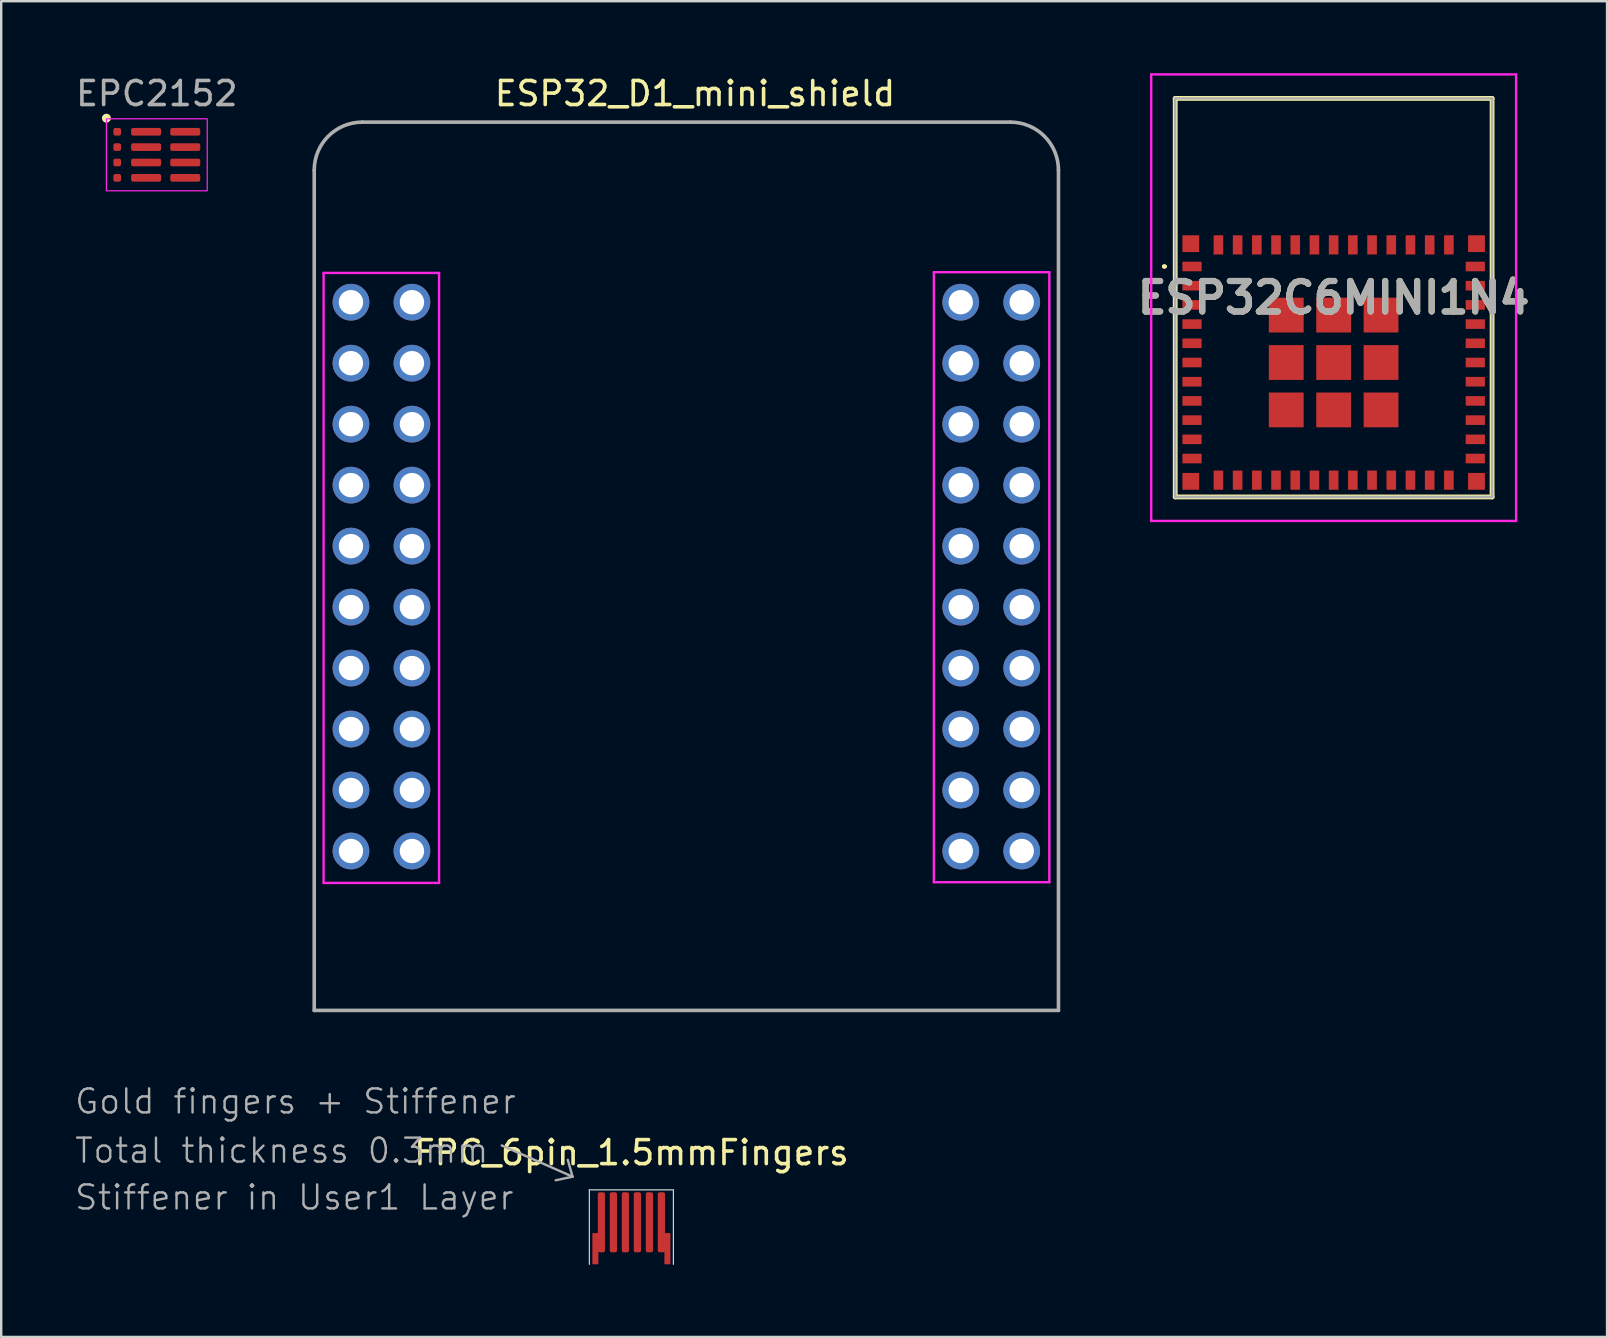
<source format=kicad_pcb>
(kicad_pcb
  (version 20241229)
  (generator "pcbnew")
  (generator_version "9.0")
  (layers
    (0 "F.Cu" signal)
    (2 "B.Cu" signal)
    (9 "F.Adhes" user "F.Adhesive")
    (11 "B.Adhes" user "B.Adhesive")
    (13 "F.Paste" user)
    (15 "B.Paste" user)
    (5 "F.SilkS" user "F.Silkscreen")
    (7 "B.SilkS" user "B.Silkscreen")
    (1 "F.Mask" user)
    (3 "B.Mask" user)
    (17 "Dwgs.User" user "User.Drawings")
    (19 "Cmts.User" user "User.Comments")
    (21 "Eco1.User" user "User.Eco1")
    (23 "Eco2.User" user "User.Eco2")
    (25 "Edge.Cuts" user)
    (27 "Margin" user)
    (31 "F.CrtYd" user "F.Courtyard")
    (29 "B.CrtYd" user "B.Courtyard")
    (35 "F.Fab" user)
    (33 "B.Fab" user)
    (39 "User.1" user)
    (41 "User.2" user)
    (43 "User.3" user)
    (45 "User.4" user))
  (footprint "ESP32_D1_mini_shield"
    (layer "F.Cu")
    (at 25.539 20.538)
    (property "Reference" "ESP32_D1_mini_shield" (at 0.36 -19.69 180) (layer "F.SilkS") (effects (font (size 1 1) (thickness 0.15))))
    (attr through_hole)
    (fp_line (start -15.11 -12.22) (end -15.11 13.19) (stroke (width 0.1) (type solid)) (layer "F.CrtYd"))
    (fp_line (start -15.11 -12.22) (end -10.3 -12.22) (stroke (width 0.1) (type solid)) (layer "F.CrtYd"))
    (fp_line (start -10.3 -12.22) (end -10.3 13.19) (stroke (width 0.1) (type solid)) (layer "F.CrtYd"))
    (fp_line (start -10.3 13.19) (end -15.11 13.19) (stroke (width 0.1) (type solid)) (layer "F.CrtYd"))
    (fp_line (start 10.31 -12.25) (end 10.31 13.16) (stroke (width 0.1) (type solid)) (layer "F.CrtYd"))
    (fp_line (start 10.31 -12.25) (end 15.12 -12.25) (stroke (width 0.1) (type solid)) (layer "F.CrtYd"))
    (fp_line (start 15.12 -12.25) (end 15.12 13.16) (stroke (width 0.1) (type solid)) (layer "F.CrtYd"))
    (fp_line (start 15.12 13.16) (end 10.31 13.16) (stroke (width 0.1) (type solid)) (layer "F.CrtYd"))
    (fp_line (start -15.5 -16.5) (end -15.5 18.5) (stroke (width 0.15) (type solid)) (layer "F.Fab"))
    (fp_line (start 13.5 -18.5) (end -13.5 -18.5) (stroke (width 0.15) (type solid)) (layer "F.Fab"))
    (fp_line (start 15.5 18.5) (end -15.5 18.5) (stroke (width 0.15) (type solid)) (layer "F.Fab"))
    (fp_line (start 15.5 18.5) (end 15.5 -16.5) (stroke (width 0.15) (type solid)) (layer "F.Fab"))
    (fp_arc (start -15.5 -16.5) (mid -14.914214 -17.914214) (end -13.5 -18.5) (stroke (width 0.15) (type solid)) (layer "F.Fab"))
    (fp_arc (start 13.5 -18.5) (mid 14.914214 -17.914214) (end 15.5 -16.5) (stroke (width 0.15) (type solid)) (layer "F.Fab"))
    (pad "1" thru_hole circle (at -11.43 -11 90) (size 1.53 1.53) (drill 1.016) (layers "*.Cu" "*.Mask"))
    (pad "2" thru_hole circle (at -11.43 -8.46 90) (size 1.53 1.53) (drill 1.016) (layers "*.Cu" "*.Mask"))
    (pad "3" thru_hole circle (at -11.43 -5.92 90) (size 1.53 1.53) (drill 1.016) (layers "*.Cu" "*.Mask"))
    (pad "4" thru_hole circle (at -11.43 -3.38 90) (size 1.53 1.53) (drill 1.016) (layers "*.Cu" "*.Mask"))
    (pad "5" thru_hole circle (at -11.43 -0.84 90) (size 1.53 1.53) (drill 1.016) (layers "*.Cu" "*.Mask"))
    (pad "6" thru_hole circle (at -11.43 1.7 90) (size 1.53 1.53) (drill 1.016) (layers "*.Cu" "*.Mask"))
    (pad "7" thru_hole circle (at -11.43 4.24 90) (size 1.53 1.53) (drill 1.016) (layers "*.Cu" "*.Mask"))
    (pad "8" thru_hole circle (at -11.43 6.78 90) (size 1.53 1.53) (drill 1.016) (layers "*.Cu" "*.Mask"))
    (pad "9" thru_hole circle (at -11.43 9.32 90) (size 1.53 1.53) (drill 1.016) (layers "*.Cu" "*.Mask"))
    (pad "10" thru_hole circle (at -11.43 11.86 90) (size 1.53 1.53) (drill 1.016) (layers "*.Cu" "*.Mask"))
    (pad "11" thru_hole circle (at 11.43 -11 90) (size 1.53 1.53) (drill 1.016) (layers "*.Cu" "*.Mask"))
    (pad "12" thru_hole circle (at 11.43 -8.46 90) (size 1.53 1.53) (drill 1.016) (layers "*.Cu" "*.Mask"))
    (pad "13" thru_hole circle (at 11.43 -5.92 90) (size 1.53 1.53) (drill 1.016) (layers "*.Cu" "*.Mask"))
    (pad "14" thru_hole circle (at 11.43 -3.38 90) (size 1.53 1.53) (drill 1.016) (layers "*.Cu" "*.Mask"))
    (pad "15" thru_hole circle (at 11.43 -0.84 90) (size 1.53 1.53) (drill 1.016) (layers "*.Cu" "*.Mask"))
    (pad "16" thru_hole circle (at 11.43 1.7 90) (size 1.53 1.53) (drill 1.016) (layers "*.Cu" "*.Mask"))
    (pad "17" thru_hole circle (at 11.43 4.24 90) (size 1.53 1.53) (drill 1.016) (layers "*.Cu" "*.Mask"))
    (pad "18" thru_hole circle (at 11.43 6.78 90) (size 1.53 1.53) (drill 1.016) (layers "*.Cu" "*.Mask"))
    (pad "19" thru_hole circle (at 11.43 9.32 90) (size 1.53 1.53) (drill 1.016) (layers "*.Cu" "*.Mask"))
    (pad "20" thru_hole circle (at 11.43 11.86 90) (size 1.53 1.53) (drill 1.016) (layers "*.Cu" "*.Mask"))
    (pad "21" thru_hole circle (at -13.97 -11 90) (size 1.53 1.53) (drill 1.016) (layers "*.Cu" "*.Mask"))
    (pad "22" thru_hole circle (at -13.97 -8.46 90) (size 1.53 1.53) (drill 1.016) (layers "*.Cu" "*.Mask"))
    (pad "23" thru_hole circle (at -13.97 -5.92 90) (size 1.53 1.53) (drill 1.016) (layers "*.Cu" "*.Mask"))
    (pad "24" thru_hole circle (at -13.97 -3.38 90) (size 1.53 1.53) (drill 1.016) (layers "*.Cu" "*.Mask"))
    (pad "25" thru_hole circle (at -13.97 -0.84 90) (size 1.53 1.53) (drill 1.016) (layers "*.Cu" "*.Mask"))
    (pad "26" thru_hole circle (at -13.97 1.7 90) (size 1.53 1.53) (drill 1.016) (layers "*.Cu" "*.Mask"))
    (pad "27" thru_hole circle (at -13.97 4.24 90) (size 1.53 1.53) (drill 1.016) (layers "*.Cu" "*.Mask"))
    (pad "28" thru_hole circle (at -13.97 6.78 90) (size 1.53 1.53) (drill 1.016) (layers "*.Cu" "*.Mask"))
    (pad "29" thru_hole circle (at -13.97 9.32 90) (size 1.53 1.53) (drill 1.016) (layers "*.Cu" "*.Mask"))
    (pad "30" thru_hole circle (at -13.97 11.86 90) (size 1.53 1.53) (drill 1.016) (layers "*.Cu" "*.Mask"))
    (pad "31" thru_hole circle (at 13.97 -11 90) (size 1.53 1.53) (drill 1.016) (layers "*.Cu" "*.Mask"))
    (pad "32" thru_hole circle (at 13.97 -8.46 90) (size 1.53 1.53) (drill 1.016) (layers "*.Cu" "*.Mask"))
    (pad "33" thru_hole circle (at 13.97 -5.92 90) (size 1.53 1.53) (drill 1.016) (layers "*.Cu" "*.Mask"))
    (pad "34" thru_hole circle (at 13.97 -3.38 90) (size 1.53 1.53) (drill 1.016) (layers "*.Cu" "*.Mask"))
    (pad "35" thru_hole circle (at 13.97 -0.84 90) (size 1.53 1.53) (drill 1.016) (layers "*.Cu" "*.Mask"))
    (pad "36" thru_hole circle (at 13.97 1.7 90) (size 1.53 1.53) (drill 1.016) (layers "*.Cu" "*.Mask"))
    (pad "37" thru_hole circle (at 13.97 4.24 90) (size 1.53 1.53) (drill 1.016) (layers "*.Cu" "*.Mask"))
    (pad "38" thru_hole circle (at 13.97 6.78 90) (size 1.53 1.53) (drill 1.016) (layers "*.Cu" "*.Mask"))
    (pad "39" thru_hole circle (at 13.97 9.32 90) (size 1.53 1.53) (drill 1.016) (layers "*.Cu" "*.Mask"))
    (pad "40" thru_hole circle (at 13.97 11.86 90) (size 1.53 1.53) (drill 1.016) (layers "*.Cu" "*.Mask")))
  (footprint "ESP32C6MINI1N4"
    (layer "F.Cu")
    (at 52.502 12.05)
    (property "Reference" "ESP32C6MINI1N4" (at 0 -2.7 0) (layer "F.SilkS") (effects (font (size 1.27 1.27) (thickness 0.254))))
    (attr smd)
    (fp_line (start -7.1 -4) (end -7.1 -4) (stroke (width 0.1) (type solid)) (layer "F.SilkS"))
    (fp_line (start -7 -4) (end -7 -4) (stroke (width 0.1) (type solid)) (layer "F.SilkS"))
    (fp_line (start -6.6 -11) (end 6.6 -11) (stroke (width 0.2) (type solid)) (layer "F.SilkS"))
    (fp_line (start -6.6 5.6) (end -6.6 -11) (stroke (width 0.2) (type solid)) (layer "F.SilkS"))
    (fp_line (start 6.6 -11) (end 6.6 5.6) (stroke (width 0.2) (type solid)) (layer "F.SilkS"))
    (fp_line (start 6.6 5.6) (end -6.6 5.6) (stroke (width 0.2) (type solid)) (layer "F.SilkS"))
    (fp_arc (start -7.1 -4) (mid -7.05 -4.05) (end -7 -4) (stroke (width 0.1) (type solid)) (layer "F.SilkS"))
    (fp_arc (start -7 -4) (mid -7.05 -3.95) (end -7.1 -4) (stroke (width 0.1) (type solid)) (layer "F.SilkS"))
    (fp_line (start -7.6 -12) (end 7.6 -12) (stroke (width 0.1) (type solid)) (layer "F.CrtYd"))
    (fp_line (start -7.6 6.6) (end -7.6 -12) (stroke (width 0.1) (type solid)) (layer "F.CrtYd"))
    (fp_line (start 7.6 -12) (end 7.6 6.6) (stroke (width 0.1) (type solid)) (layer "F.CrtYd"))
    (fp_line (start 7.6 6.6) (end -7.6 6.6) (stroke (width 0.1) (type solid)) (layer "F.CrtYd"))
    (fp_line (start -6.6 -11) (end 6.6 -11) (stroke (width 0.1) (type solid)) (layer "F.Fab"))
    (fp_line (start -6.6 5.6) (end -6.6 -11) (stroke (width 0.1) (type solid)) (layer "F.Fab"))
    (fp_line (start 6.6 -11) (end 6.6 5.6) (stroke (width 0.1) (type solid)) (layer "F.Fab"))
    (fp_line (start 6.6 5.6) (end -6.6 5.6) (stroke (width 0.1) (type solid)) (layer "F.Fab"))
    (fp_text user "${REFERENCE}" (at 0 -2.7 0) (layer "F.Fab") (effects (font (size 1.27 1.27) (thickness 0.254))))
    (pad "1" smd rect (at -5.9 -4 90) (size 0.4 0.8) (layers "F.Cu" "F.Mask" "F.Paste"))
    (pad "2" smd rect (at -5.9 -3.2 90) (size 0.4 0.8) (layers "F.Cu" "F.Mask" "F.Paste"))
    (pad "3" smd rect (at -5.9 -2.4 90) (size 0.4 0.8) (layers "F.Cu" "F.Mask" "F.Paste"))
    (pad "4" smd rect (at -5.9 -1.6 90) (size 0.4 0.8) (layers "F.Cu" "F.Mask" "F.Paste"))
    (pad "5" smd rect (at -5.9 -0.8 90) (size 0.4 0.8) (layers "F.Cu" "F.Mask" "F.Paste"))
    (pad "6" smd rect (at -5.9 0 90) (size 0.4 0.8) (layers "F.Cu" "F.Mask" "F.Paste"))
    (pad "7" smd rect (at -5.9 0.8 90) (size 0.4 0.8) (layers "F.Cu" "F.Mask" "F.Paste"))
    (pad "8" smd rect (at -5.9 1.6 90) (size 0.4 0.8) (layers "F.Cu" "F.Mask" "F.Paste"))
    (pad "9" smd rect (at -5.9 2.4 90) (size 0.4 0.8) (layers "F.Cu" "F.Mask" "F.Paste"))
    (pad "10" smd rect (at -5.9 3.2 90) (size 0.4 0.8) (layers "F.Cu" "F.Mask" "F.Paste"))
    (pad "11" smd rect (at -5.9 4 90) (size 0.4 0.8) (layers "F.Cu" "F.Mask" "F.Paste"))
    (pad "12" smd rect (at -4.8 4.9) (size 0.4 0.8) (layers "F.Cu" "F.Mask" "F.Paste"))
    (pad "13" smd rect (at -4 4.9) (size 0.4 0.8) (layers "F.Cu" "F.Mask" "F.Paste"))
    (pad "14" smd rect (at -3.2 4.9) (size 0.4 0.8) (layers "F.Cu" "F.Mask" "F.Paste"))
    (pad "15" smd rect (at -2.4 4.9) (size 0.4 0.8) (layers "F.Cu" "F.Mask" "F.Paste"))
    (pad "16" smd rect (at -1.6 4.9) (size 0.4 0.8) (layers "F.Cu" "F.Mask" "F.Paste"))
    (pad "17" smd rect (at -0.8 4.9) (size 0.4 0.8) (layers "F.Cu" "F.Mask" "F.Paste"))
    (pad "18" smd rect (at 0 4.9) (size 0.4 0.8) (layers "F.Cu" "F.Mask" "F.Paste"))
    (pad "19" smd rect (at 0.8 4.9) (size 0.4 0.8) (layers "F.Cu" "F.Mask" "F.Paste"))
    (pad "20" smd rect (at 1.6 4.9) (size 0.4 0.8) (layers "F.Cu" "F.Mask" "F.Paste"))
    (pad "21" smd rect (at 2.4 4.9) (size 0.4 0.8) (layers "F.Cu" "F.Mask" "F.Paste"))
    (pad "22" smd rect (at 3.2 4.9) (size 0.4 0.8) (layers "F.Cu" "F.Mask" "F.Paste"))
    (pad "23" smd rect (at 4 4.9) (size 0.4 0.8) (layers "F.Cu" "F.Mask" "F.Paste"))
    (pad "24" smd rect (at 4.8 4.9) (size 0.4 0.8) (layers "F.Cu" "F.Mask" "F.Paste"))
    (pad "25" smd rect (at 5.9 4 90) (size 0.4 0.8) (layers "F.Cu" "F.Mask" "F.Paste"))
    (pad "26" smd rect (at 5.9 3.2 90) (size 0.4 0.8) (layers "F.Cu" "F.Mask" "F.Paste"))
    (pad "27" smd rect (at 5.9 2.4 90) (size 0.4 0.8) (layers "F.Cu" "F.Mask" "F.Paste"))
    (pad "28" smd rect (at 5.9 1.6 90) (size 0.4 0.8) (layers "F.Cu" "F.Mask" "F.Paste"))
    (pad "29" smd rect (at 5.9 0.8 90) (size 0.4 0.8) (layers "F.Cu" "F.Mask" "F.Paste"))
    (pad "30" smd rect (at 5.9 0 90) (size 0.4 0.8) (layers "F.Cu" "F.Mask" "F.Paste"))
    (pad "31" smd rect (at 5.9 -0.8 90) (size 0.4 0.8) (layers "F.Cu" "F.Mask" "F.Paste"))
    (pad "32" smd rect (at 5.9 -1.6 90) (size 0.4 0.8) (layers "F.Cu" "F.Mask" "F.Paste"))
    (pad "33" smd rect (at 5.9 -2.4 90) (size 0.4 0.8) (layers "F.Cu" "F.Mask" "F.Paste"))
    (pad "34" smd rect (at 5.9 -3.2 90) (size 0.4 0.8) (layers "F.Cu" "F.Mask" "F.Paste"))
    (pad "35" smd rect (at 5.9 -4 90) (size 0.4 0.8) (layers "F.Cu" "F.Mask" "F.Paste"))
    (pad "36" smd rect (at 4.8 -4.9) (size 0.4 0.8) (layers "F.Cu" "F.Mask" "F.Paste"))
    (pad "37" smd rect (at 4 -4.9) (size 0.4 0.8) (layers "F.Cu" "F.Mask" "F.Paste"))
    (pad "38" smd rect (at 3.2 -4.9) (size 0.4 0.8) (layers "F.Cu" "F.Mask" "F.Paste"))
    (pad "39" smd rect (at 2.4 -4.9) (size 0.4 0.8) (layers "F.Cu" "F.Mask" "F.Paste"))
    (pad "40" smd rect (at 1.6 -4.9) (size 0.4 0.8) (layers "F.Cu" "F.Mask" "F.Paste"))
    (pad "41" smd rect (at 0.8 -4.9) (size 0.4 0.8) (layers "F.Cu" "F.Mask" "F.Paste"))
    (pad "42" smd rect (at 0 -4.9) (size 0.4 0.8) (layers "F.Cu" "F.Mask" "F.Paste"))
    (pad "43" smd rect (at -0.8 -4.9) (size 0.4 0.8) (layers "F.Cu" "F.Mask" "F.Paste"))
    (pad "44" smd rect (at -1.6 -4.9) (size 0.4 0.8) (layers "F.Cu" "F.Mask" "F.Paste"))
    (pad "45" smd rect (at -2.4 -4.9) (size 0.4 0.8) (layers "F.Cu" "F.Mask" "F.Paste"))
    (pad "46" smd rect (at -3.2 -4.9) (size 0.4 0.8) (layers "F.Cu" "F.Mask" "F.Paste"))
    (pad "47" smd rect (at -4 -4.9) (size 0.4 0.8) (layers "F.Cu" "F.Mask" "F.Paste"))
    (pad "48" smd rect (at -4.8 -4.9) (size 0.4 0.8) (layers "F.Cu" "F.Mask" "F.Paste"))
    (pad "49" smd rect (at 0 0 90) (size 1.45 1.45) (layers "F.Cu" "F.Mask" "F.Paste"))
    (pad "50" smd rect (at 5.95 -4.95 90) (size 0.7 0.7) (layers "F.Cu" "F.Mask" "F.Paste"))
    (pad "51" smd rect (at 5.95 4.95 90) (size 0.7 0.7) (layers "F.Cu" "F.Mask" "F.Paste"))
    (pad "52" smd rect (at -5.95 4.95 90) (size 0.7 0.7) (layers "F.Cu" "F.Mask" "F.Paste"))
    (pad "53" smd rect (at -5.95 -4.95 90) (size 0.7 0.7) (layers "F.Cu" "F.Mask" "F.Paste"))
    (pad "54" smd rect (at -1.975 -1.975 90) (size 1.45 1.45) (layers "F.Cu" "F.Mask" "F.Paste"))
    (pad "55" smd rect (at -1.975 0 90) (size 1.45 1.45) (layers "F.Cu" "F.Mask" "F.Paste"))
    (pad "56" smd rect (at -1.975 1.975 90) (size 1.45 1.45) (layers "F.Cu" "F.Mask" "F.Paste"))
    (pad "57" smd rect (at 0 1.975 90) (size 1.45 1.45) (layers "F.Cu" "F.Mask" "F.Paste"))
    (pad "58" smd rect (at 1.975 1.975 90) (size 1.45 1.45) (layers "F.Cu" "F.Mask" "F.Paste"))
    (pad "59" smd rect (at 1.975 0 90) (size 1.45 1.45) (layers "F.Cu" "F.Mask" "F.Paste"))
    (pad "60" smd rect (at 1.975 -1.975 90) (size 1.45 1.45) (layers "F.Cu" "F.Mask" "F.Paste"))
    (pad "61" smd rect (at 0 -1.975 90) (size 1.45 1.45) (layers "F.Cu" "F.Mask" "F.Paste")))
  (footprint "EPC2152"
    (layer "F.Cu")
    (at 3.482 3.398)
    (property "Reference" "EPC2152" (at 0 -2.55 0) (unlocked yes) (layer "F.Fab") (effects (font (size 1 1) (thickness 0.15))))
    (attr smd)
    (fp_circle (center -2.1 -1.525) (end -1.975 -1.525) (stroke (width 0.12) (type solid)) (fill yes) (layer "F.SilkS"))
    (fp_rect (start -2.1 -1.5) (end 2.1 1.5) (stroke (width 0.05) (type solid)) (fill no) (layer "F.CrtYd"))
    (pad "1" smd roundrect (at -1.65 -0.96) (size 0.32 0.32) (layers "F.Cu" "F.Mask" "F.Paste") (roundrect_rratio 0.25))
    (pad "2" smd roundrect (at -1.65 -0.32) (size 0.32 0.32) (layers "F.Cu" "F.Mask" "F.Paste") (roundrect_rratio 0.25))
    (pad "3" smd roundrect (at -1.65 0.32) (size 0.32 0.32) (layers "F.Cu" "F.Mask" "F.Paste") (roundrect_rratio 0.25))
    (pad "4" smd roundrect (at -1.65 0.96) (size 0.32 0.32) (layers "F.Cu" "F.Mask" "F.Paste") (roundrect_rratio 0.25))
    (pad "5" smd roundrect (at -0.445 -0.96) (size 1.25 0.32) (layers "F.Cu" "F.Mask" "F.Paste") (roundrect_rratio 0.25))
    (pad "5" smd roundrect (at 1.185 -0.96) (size 1.25 0.32) (layers "F.Cu" "F.Mask" "F.Paste") (roundrect_rratio 0.25))
    (pad "6" smd roundrect (at -0.445 -0.32) (size 1.25 0.32) (layers "F.Cu" "F.Mask" "F.Paste") (roundrect_rratio 0.25))
    (pad "6" smd roundrect (at -0.445 0.32) (size 1.25 0.32) (layers "F.Cu" "F.Mask" "F.Paste") (roundrect_rratio 0.25))
    (pad "6" smd roundrect (at 1.185 -0.32) (size 1.25 0.32) (layers "F.Cu" "F.Mask" "F.Paste") (roundrect_rratio 0.25))
    (pad "6" smd roundrect (at 1.185 0.32) (size 1.25 0.32) (layers "F.Cu" "F.Mask" "F.Paste") (roundrect_rratio 0.25))
    (pad "7" smd roundrect (at -0.445 0.96) (size 1.25 0.32) (layers "F.Cu" "F.Mask" "F.Paste") (roundrect_rratio 0.25))
    (pad "7" smd roundrect (at 1.185 0.96) (size 1.25 0.32) (layers "F.Cu" "F.Mask" "F.Paste") (roundrect_rratio 0.25)))
  (footprint "FPC_6pin_1.5mmFingers"
    (layer "F.Cu")
    (at 23.25 47.863)
    (property "Reference" "FPC_6pin_1.5mmFingers" (at 0 -2.9 0) (unlocked yes) (layer "F.SilkS") (effects (font (size 1 1) (thickness 0.15))))
    (attr smd)
    (fp_rect (start -1.4 -1.4) (end -1.1 0.25) (stroke (width 0) (type solid)) (fill yes) (layer "F.Mask"))
    (fp_rect (start -0.9 -1.4) (end -0.6 0.25) (stroke (width 0) (type solid)) (fill yes) (layer "F.Mask"))
    (fp_rect (start -0.4 -1.4) (end -0.1 0.25) (stroke (width 0) (type solid)) (fill yes) (layer "F.Mask"))
    (fp_rect (start 0.1 -1.4) (end 0.4 0.25) (stroke (width 0) (type solid)) (fill yes) (layer "F.Mask"))
    (fp_rect (start 0.6 -1.4) (end 0.9 0.25) (stroke (width 0) (type solid)) (fill yes) (layer "F.Mask"))
    (fp_rect (start 1.1 -1.4) (end 1.4 0.25) (stroke (width 0) (type solid)) (fill yes) (layer "F.Mask"))
    (fp_line (start -1.75 -1.35) (end 1.75 -1.35) (stroke (width 0.05) (type solid)) (layer "Edge.Cuts"))
    (fp_line (start -1.75 1.75) (end -1.75 -1.35) (stroke (width 0.05) (type solid)) (layer "Edge.Cuts"))
    (fp_line (start 1.75 1.75) (end 1.75 -1.35) (stroke (width 0.05) (type solid)) (layer "Edge.Cuts"))
    (fp_line (start -5.4 -3.2) (end -2.45 -1.9) (stroke (width 0.1) (type default)) (layer "F.Fab"))
    (fp_line (start -2.45 -1.9) (end -3.15 -1.75) (stroke (width 0.1) (type default)) (layer "F.Fab"))
    (fp_line (start -2.45 -1.9) (end -2.65 -2.6) (stroke (width 0.1) (type default)) (layer "F.Fab"))
    (fp_rect (start -1.75 -1.4) (end 1.75 1.35) (stroke (width 0.12) (type solid)) (fill no) (layer "User.1"))
    (fp_text user "Stiffener in User1 Layer" (at -23.25 -0.45 0) (unlocked yes) (layer "F.Fab") (effects (font (size 1 1) (thickness 0.1)) (justify left bottom)))
    (fp_text user "Gold fingers + Stiffener" (at -23.25 -4.45 0) (unlocked yes) (layer "F.Fab") (effects (font (size 1 1) (thickness 0.1)) (justify left bottom)))
    (fp_text user "Total thickness 0.3mm" (at -23.25 -2.4 0) (unlocked yes) (layer "F.Fab") (effects (font (size 1 1) (thickness 0.1)) (justify left bottom)))
    (pad "1" smd rect (at -1.5 1.1) (size 0.25 1.3) (layers "F.Cu"))
    (pad "1" smd roundrect (at -1.25 0) (size 0.3 2.5) (layers "F.Cu") (roundrect_rratio 0.25))
    (pad "2" smd roundrect (at -0.75 0) (size 0.3 2.5) (layers "F.Cu") (roundrect_rratio 0.25))
    (pad "3" smd roundrect (at -0.25 0) (size 0.3 2.5) (layers "F.Cu") (roundrect_rratio 0.25))
    (pad "4" smd roundrect (at 0.25 0) (size 0.3 2.5) (layers "F.Cu") (roundrect_rratio 0.25))
    (pad "5" smd roundrect (at 0.75 0) (size 0.3 2.5) (layers "F.Cu") (roundrect_rratio 0.25))
    (pad "6" smd roundrect (at 1.25 0) (size 0.3 2.5) (layers "F.Cu") (roundrect_rratio 0.25))
    (pad "6" smd rect (at 1.5 1.1) (size 0.25 1.3) (layers "F.Cu")))
  (gr_rect
    (start -3 -3)
    (end 63.89 52.638)
    (stroke (width 0.1) (type default))
    (fill no)
    (layer "Edge.Cuts")))
</source>
